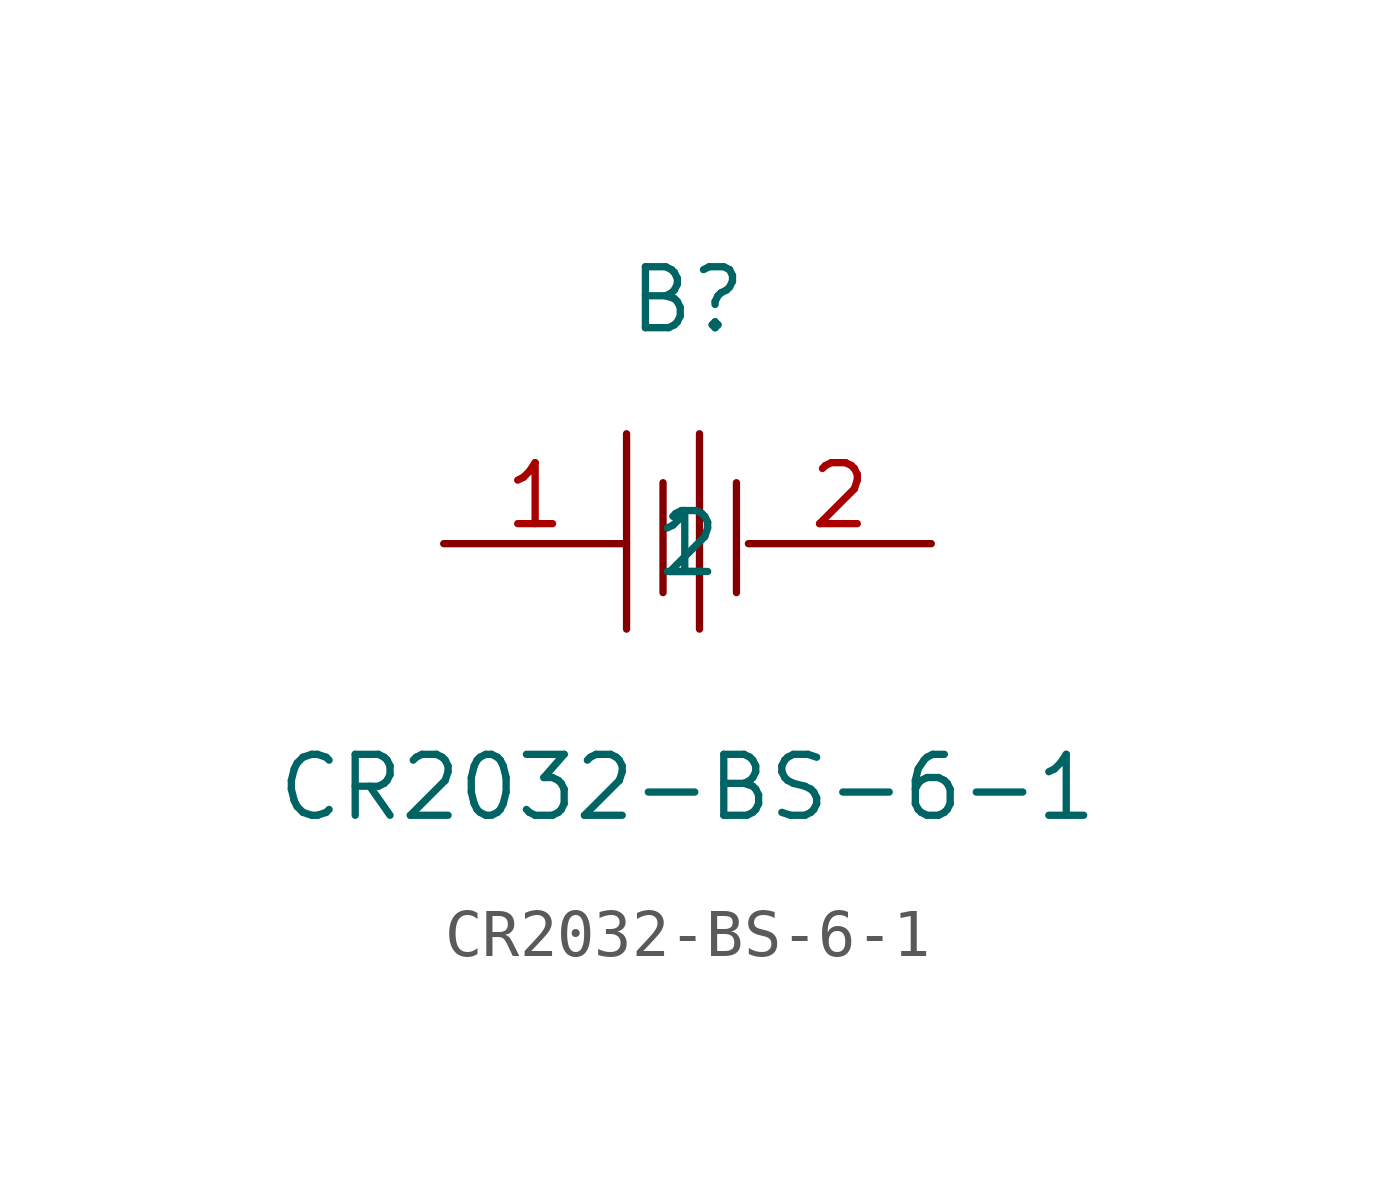
<source format=kicad_sym>
(kicad_symbol_lib
  (version 20211014)
  (generator https://github.com/uPesy/easyeda2kicad.py)
  (symbol "CR2032-BS-6-1"
    (property "Reference" "B"
      (at 0 5.08 0)
      (effects (font (size 1.27 1.27))))
    (property "Value" "CR2032-BS-6-1"
      (at 0 -5.08 0)
      (effects (font (size 1.27 1.27))))
    (symbol "CR2032-BS-6-1_0_1"
      (polyline (pts (xy -1.27 2.29) (xy -1.27 -1.78)) (stroke (width 0) (type default) (color 0 0 0 0)) (fill (type none)))
      (polyline (pts (xy -0.51 1.27) (xy -0.51 -1.02)) (stroke (width 0) (type default) (color 0 0 0 0)) (fill (type none)))
      (polyline (pts (xy 0.25 2.29) (xy 0.25 -1.78)) (stroke (width 0) (type default) (color 0 0 0 0)) (fill (type none)))
      (polyline (pts (xy 1.02 1.27) (xy 1.02 -1.02)) (stroke (width 0) (type default) (color 0 0 0 0)) (fill (type none)))
      (pin input line (at -5.08 -0.00 0) (length 3.81) (name "1" (effects (font (size 1.27 1.27)))) (number "1" (effects (font (size 1.27 1.27)))))
      (pin input line (at 5.08 -0.00 180) (length 3.81) (name "2" (effects (font (size 1.27 1.27)))) (number "2" (effects (font (size 1.27 1.27))))))))
</source>
